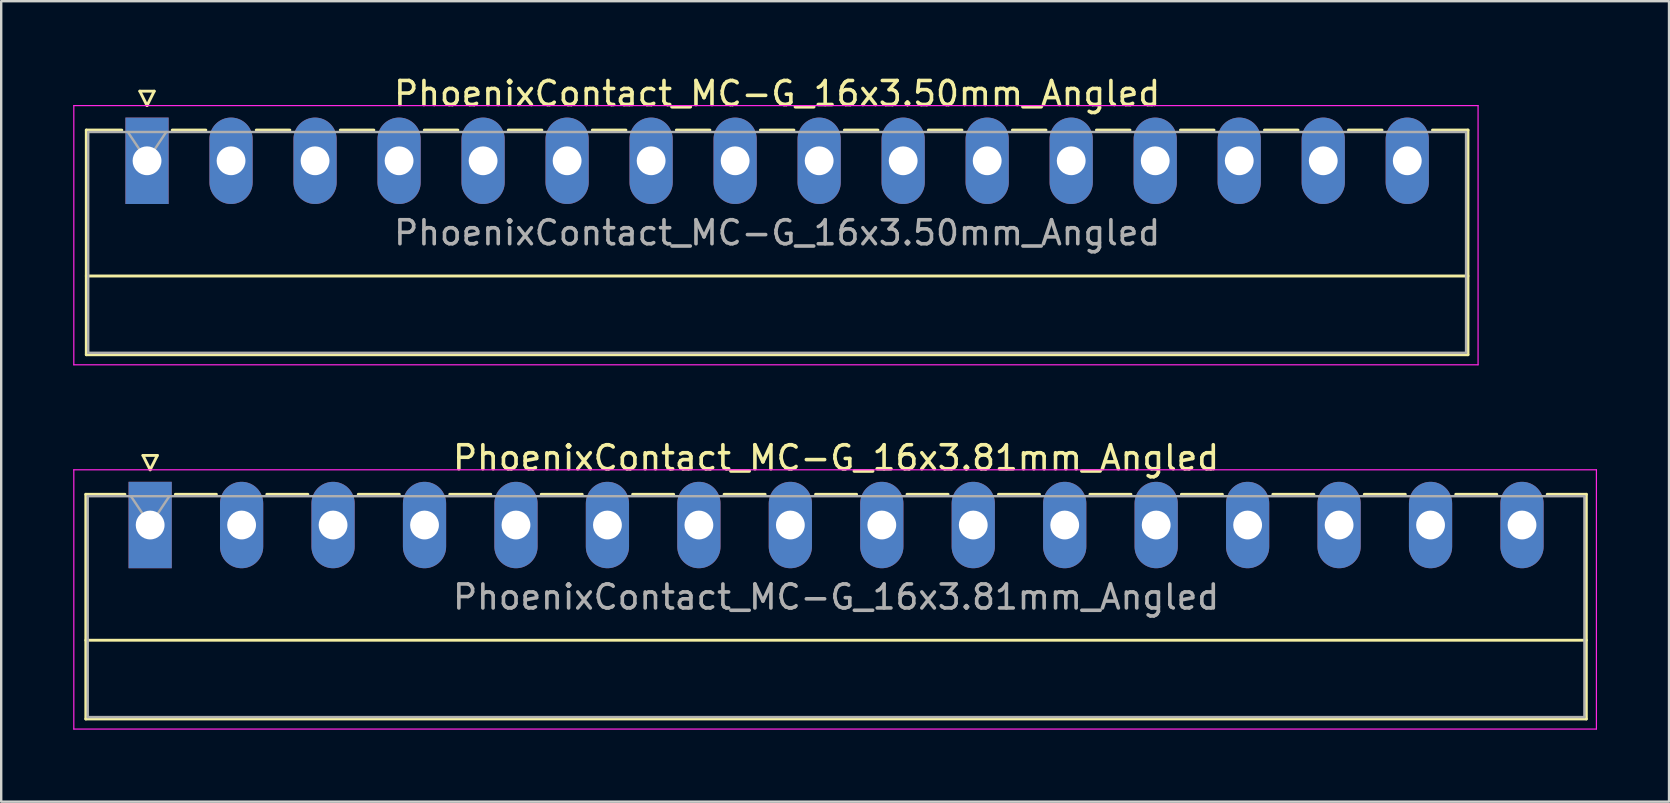
<source format=kicad_pcb>
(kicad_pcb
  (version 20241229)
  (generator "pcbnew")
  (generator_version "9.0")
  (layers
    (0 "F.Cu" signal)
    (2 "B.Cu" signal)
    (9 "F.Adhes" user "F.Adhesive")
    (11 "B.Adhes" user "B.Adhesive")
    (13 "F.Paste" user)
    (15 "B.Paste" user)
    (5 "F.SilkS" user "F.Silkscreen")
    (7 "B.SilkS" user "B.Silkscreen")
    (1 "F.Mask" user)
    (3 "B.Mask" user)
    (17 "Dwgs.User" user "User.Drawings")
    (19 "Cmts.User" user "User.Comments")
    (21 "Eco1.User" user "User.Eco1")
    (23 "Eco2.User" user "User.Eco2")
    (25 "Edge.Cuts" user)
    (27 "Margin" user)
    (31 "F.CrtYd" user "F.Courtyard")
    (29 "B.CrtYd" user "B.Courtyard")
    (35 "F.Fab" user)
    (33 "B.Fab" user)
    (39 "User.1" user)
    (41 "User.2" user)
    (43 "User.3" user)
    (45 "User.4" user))
  (footprint "PhoenixContact_MC-G_16x3.50mm_Angled"
    (layer "F.Cu")
    (at 3.075 3.648)
    (property "Reference" "PhoenixContact_MC-G_16x3.50mm_Angled" (at 26.25 -2.8 0) (layer "F.SilkS") (effects (font (size 1 1) (thickness 0.15))))
    (attr through_hole)
    (fp_line (start -2.53 -1.28) (end -2.53 8.08) (stroke (width 0.12) (type solid)) (layer "F.SilkS"))
    (fp_line (start -2.53 -1.28) (end -1.05 -1.28) (stroke (width 0.12) (type solid)) (layer "F.SilkS"))
    (fp_line (start -2.53 4.8) (end 55.03 4.8) (stroke (width 0.12) (type solid)) (layer "F.SilkS"))
    (fp_line (start -2.53 8.08) (end 55.03 8.08) (stroke (width 0.12) (type solid)) (layer "F.SilkS"))
    (fp_line (start -0.3 -2.9) (end 0.3 -2.9) (stroke (width 0.12) (type solid)) (layer "F.SilkS"))
    (fp_line (start 0 -2.3) (end -0.3 -2.9) (stroke (width 0.12) (type solid)) (layer "F.SilkS"))
    (fp_line (start 0.3 -2.9) (end 0 -2.3) (stroke (width 0.12) (type solid)) (layer "F.SilkS"))
    (fp_line (start 1.05 -1.28) (end 2.45 -1.28) (stroke (width 0.12) (type solid)) (layer "F.SilkS"))
    (fp_line (start 4.55 -1.28) (end 5.95 -1.28) (stroke (width 0.12) (type solid)) (layer "F.SilkS"))
    (fp_line (start 8.05 -1.28) (end 9.45 -1.28) (stroke (width 0.12) (type solid)) (layer "F.SilkS"))
    (fp_line (start 11.55 -1.28) (end 12.95 -1.28) (stroke (width 0.12) (type solid)) (layer "F.SilkS"))
    (fp_line (start 15.05 -1.28) (end 16.45 -1.28) (stroke (width 0.12) (type solid)) (layer "F.SilkS"))
    (fp_line (start 18.55 -1.28) (end 19.95 -1.28) (stroke (width 0.12) (type solid)) (layer "F.SilkS"))
    (fp_line (start 22.05 -1.28) (end 23.45 -1.28) (stroke (width 0.12) (type solid)) (layer "F.SilkS"))
    (fp_line (start 25.55 -1.28) (end 26.95 -1.28) (stroke (width 0.12) (type solid)) (layer "F.SilkS"))
    (fp_line (start 29.05 -1.28) (end 30.45 -1.28) (stroke (width 0.12) (type solid)) (layer "F.SilkS"))
    (fp_line (start 32.55 -1.28) (end 33.95 -1.28) (stroke (width 0.12) (type solid)) (layer "F.SilkS"))
    (fp_line (start 36.05 -1.28) (end 37.45 -1.28) (stroke (width 0.12) (type solid)) (layer "F.SilkS"))
    (fp_line (start 39.55 -1.28) (end 40.95 -1.28) (stroke (width 0.12) (type solid)) (layer "F.SilkS"))
    (fp_line (start 43.05 -1.28) (end 44.45 -1.28) (stroke (width 0.12) (type solid)) (layer "F.SilkS"))
    (fp_line (start 46.55 -1.28) (end 47.95 -1.28) (stroke (width 0.12) (type solid)) (layer "F.SilkS"))
    (fp_line (start 50.05 -1.28) (end 51.45 -1.28) (stroke (width 0.12) (type solid)) (layer "F.SilkS"))
    (fp_line (start 55.03 -1.28) (end 53.55 -1.28) (stroke (width 0.12) (type solid)) (layer "F.SilkS"))
    (fp_line (start 55.03 8.08) (end 55.03 -1.28) (stroke (width 0.12) (type solid)) (layer "F.SilkS"))
    (fp_line (start -3.05 -2.3) (end -3.05 8.5) (stroke (width 0.05) (type solid)) (layer "F.CrtYd"))
    (fp_line (start -3.05 8.5) (end 55.45 8.5) (stroke (width 0.05) (type solid)) (layer "F.CrtYd"))
    (fp_line (start 55.45 -2.3) (end -3.05 -2.3) (stroke (width 0.05) (type solid)) (layer "F.CrtYd"))
    (fp_line (start 55.45 8.5) (end 55.45 -2.3) (stroke (width 0.05) (type solid)) (layer "F.CrtYd"))
    (fp_line (start -2.45 -1.2) (end -2.45 8) (stroke (width 0.1) (type solid)) (layer "F.Fab"))
    (fp_line (start -2.45 8) (end 54.95 8) (stroke (width 0.1) (type solid)) (layer "F.Fab"))
    (fp_line (start 0 0) (end -0.8 -1.2) (stroke (width 0.1) (type solid)) (layer "F.Fab"))
    (fp_line (start 0.8 -1.2) (end 0 0) (stroke (width 0.1) (type solid)) (layer "F.Fab"))
    (fp_line (start 54.95 -1.2) (end -2.45 -1.2) (stroke (width 0.1) (type solid)) (layer "F.Fab"))
    (fp_line (start 54.95 8) (end 54.95 -1.2) (stroke (width 0.1) (type solid)) (layer "F.Fab"))
    (fp_text user "${REFERENCE}" (at 26.25 3 0) (layer "F.Fab") (effects (font (size 1 1) (thickness 0.15))))
    (pad "1" thru_hole rect (at 0 0) (size 1.8 3.6) (drill 1.2) (layers "*.Cu" "*.Mask"))
    (pad "2" thru_hole oval (at 3.5 0) (size 1.8 3.6) (drill 1.2) (layers "*.Cu" "*.Mask"))
    (pad "3" thru_hole oval (at 7 0) (size 1.8 3.6) (drill 1.2) (layers "*.Cu" "*.Mask"))
    (pad "4" thru_hole oval (at 10.5 0) (size 1.8 3.6) (drill 1.2) (layers "*.Cu" "*.Mask"))
    (pad "5" thru_hole oval (at 14 0) (size 1.8 3.6) (drill 1.2) (layers "*.Cu" "*.Mask"))
    (pad "6" thru_hole oval (at 17.5 0) (size 1.8 3.6) (drill 1.2) (layers "*.Cu" "*.Mask"))
    (pad "7" thru_hole oval (at 21 0) (size 1.8 3.6) (drill 1.2) (layers "*.Cu" "*.Mask"))
    (pad "8" thru_hole oval (at 24.5 0) (size 1.8 3.6) (drill 1.2) (layers "*.Cu" "*.Mask"))
    (pad "9" thru_hole oval (at 28 0) (size 1.8 3.6) (drill 1.2) (layers "*.Cu" "*.Mask"))
    (pad "10" thru_hole oval (at 31.5 0) (size 1.8 3.6) (drill 1.2) (layers "*.Cu" "*.Mask"))
    (pad "11" thru_hole oval (at 35 0) (size 1.8 3.6) (drill 1.2) (layers "*.Cu" "*.Mask"))
    (pad "12" thru_hole oval (at 38.5 0) (size 1.8 3.6) (drill 1.2) (layers "*.Cu" "*.Mask"))
    (pad "13" thru_hole oval (at 42 0) (size 1.8 3.6) (drill 1.2) (layers "*.Cu" "*.Mask"))
    (pad "14" thru_hole oval (at 45.5 0) (size 1.8 3.6) (drill 1.2) (layers "*.Cu" "*.Mask"))
    (pad "15" thru_hole oval (at 49 0) (size 1.8 3.6) (drill 1.2) (layers "*.Cu" "*.Mask"))
    (pad "16" thru_hole oval (at 52.5 0) (size 1.8 3.6) (drill 1.2) (layers "*.Cu" "*.Mask")))
  (footprint "PhoenixContact_MC-G_16x3.81mm_Angled"
    (layer "F.Cu")
    (at 3.205 18.822)
    (property "Reference" "PhoenixContact_MC-G_16x3.81mm_Angled" (at 28.575 -2.8 0) (layer "F.SilkS") (effects (font (size 1 1) (thickness 0.15))))
    (attr through_hole)
    (fp_line (start -2.68 -1.28) (end -2.68 8.08) (stroke (width 0.12) (type solid)) (layer "F.SilkS"))
    (fp_line (start -2.68 -1.28) (end -1.05 -1.28) (stroke (width 0.12) (type solid)) (layer "F.SilkS"))
    (fp_line (start -2.68 4.8) (end 59.83 4.8) (stroke (width 0.12) (type solid)) (layer "F.SilkS"))
    (fp_line (start -2.68 8.08) (end 59.83 8.08) (stroke (width 0.12) (type solid)) (layer "F.SilkS"))
    (fp_line (start -0.3 -2.9) (end 0.3 -2.9) (stroke (width 0.12) (type solid)) (layer "F.SilkS"))
    (fp_line (start 0 -2.3) (end -0.3 -2.9) (stroke (width 0.12) (type solid)) (layer "F.SilkS"))
    (fp_line (start 0.3 -2.9) (end 0 -2.3) (stroke (width 0.12) (type solid)) (layer "F.SilkS"))
    (fp_line (start 1.05 -1.28) (end 2.76 -1.28) (stroke (width 0.12) (type solid)) (layer "F.SilkS"))
    (fp_line (start 4.86 -1.28) (end 6.57 -1.28) (stroke (width 0.12) (type solid)) (layer "F.SilkS"))
    (fp_line (start 8.67 -1.28) (end 10.38 -1.28) (stroke (width 0.12) (type solid)) (layer "F.SilkS"))
    (fp_line (start 12.48 -1.28) (end 14.19 -1.28) (stroke (width 0.12) (type solid)) (layer "F.SilkS"))
    (fp_line (start 16.29 -1.28) (end 18 -1.28) (stroke (width 0.12) (type solid)) (layer "F.SilkS"))
    (fp_line (start 20.1 -1.28) (end 21.81 -1.28) (stroke (width 0.12) (type solid)) (layer "F.SilkS"))
    (fp_line (start 23.91 -1.28) (end 25.62 -1.28) (stroke (width 0.12) (type solid)) (layer "F.SilkS"))
    (fp_line (start 27.72 -1.28) (end 29.43 -1.28) (stroke (width 0.12) (type solid)) (layer "F.SilkS"))
    (fp_line (start 31.53 -1.28) (end 33.24 -1.28) (stroke (width 0.12) (type solid)) (layer "F.SilkS"))
    (fp_line (start 35.34 -1.28) (end 37.05 -1.28) (stroke (width 0.12) (type solid)) (layer "F.SilkS"))
    (fp_line (start 39.15 -1.28) (end 40.86 -1.28) (stroke (width 0.12) (type solid)) (layer "F.SilkS"))
    (fp_line (start 42.96 -1.28) (end 44.67 -1.28) (stroke (width 0.12) (type solid)) (layer "F.SilkS"))
    (fp_line (start 46.77 -1.28) (end 48.48 -1.28) (stroke (width 0.12) (type solid)) (layer "F.SilkS"))
    (fp_line (start 50.58 -1.28) (end 52.29 -1.28) (stroke (width 0.12) (type solid)) (layer "F.SilkS"))
    (fp_line (start 54.39 -1.28) (end 56.1 -1.28) (stroke (width 0.12) (type solid)) (layer "F.SilkS"))
    (fp_line (start 59.83 -1.28) (end 58.2 -1.28) (stroke (width 0.12) (type solid)) (layer "F.SilkS"))
    (fp_line (start 59.83 8.08) (end 59.83 -1.28) (stroke (width 0.12) (type solid)) (layer "F.SilkS"))
    (fp_line (start -3.18 -2.3) (end -3.18 8.5) (stroke (width 0.05) (type solid)) (layer "F.CrtYd"))
    (fp_line (start -3.18 8.5) (end 60.25 8.5) (stroke (width 0.05) (type solid)) (layer "F.CrtYd"))
    (fp_line (start 60.25 -2.3) (end -3.18 -2.3) (stroke (width 0.05) (type solid)) (layer "F.CrtYd"))
    (fp_line (start 60.25 8.5) (end 60.25 -2.3) (stroke (width 0.05) (type solid)) (layer "F.CrtYd"))
    (fp_line (start -2.6 -1.2) (end -2.6 8) (stroke (width 0.1) (type solid)) (layer "F.Fab"))
    (fp_line (start -2.6 8) (end 59.75 8) (stroke (width 0.1) (type solid)) (layer "F.Fab"))
    (fp_line (start 0 0) (end -0.8 -1.2) (stroke (width 0.1) (type solid)) (layer "F.Fab"))
    (fp_line (start 0.8 -1.2) (end 0 0) (stroke (width 0.1) (type solid)) (layer "F.Fab"))
    (fp_line (start 59.75 -1.2) (end -2.6 -1.2) (stroke (width 0.1) (type solid)) (layer "F.Fab"))
    (fp_line (start 59.75 8) (end 59.75 -1.2) (stroke (width 0.1) (type solid)) (layer "F.Fab"))
    (fp_text user "${REFERENCE}" (at 28.575 3 0) (layer "F.Fab") (effects (font (size 1 1) (thickness 0.15))))
    (pad "1" thru_hole rect (at 0 0) (size 1.8 3.6) (drill 1.2) (layers "*.Cu" "*.Mask"))
    (pad "2" thru_hole oval (at 3.81 0) (size 1.8 3.6) (drill 1.2) (layers "*.Cu" "*.Mask"))
    (pad "3" thru_hole oval (at 7.62 0) (size 1.8 3.6) (drill 1.2) (layers "*.Cu" "*.Mask"))
    (pad "4" thru_hole oval (at 11.43 0) (size 1.8 3.6) (drill 1.2) (layers "*.Cu" "*.Mask"))
    (pad "5" thru_hole oval (at 15.24 0) (size 1.8 3.6) (drill 1.2) (layers "*.Cu" "*.Mask"))
    (pad "6" thru_hole oval (at 19.05 0) (size 1.8 3.6) (drill 1.2) (layers "*.Cu" "*.Mask"))
    (pad "7" thru_hole oval (at 22.86 0) (size 1.8 3.6) (drill 1.2) (layers "*.Cu" "*.Mask"))
    (pad "8" thru_hole oval (at 26.67 0) (size 1.8 3.6) (drill 1.2) (layers "*.Cu" "*.Mask"))
    (pad "9" thru_hole oval (at 30.48 0) (size 1.8 3.6) (drill 1.2) (layers "*.Cu" "*.Mask"))
    (pad "10" thru_hole oval (at 34.29 0) (size 1.8 3.6) (drill 1.2) (layers "*.Cu" "*.Mask"))
    (pad "11" thru_hole oval (at 38.1 0) (size 1.8 3.6) (drill 1.2) (layers "*.Cu" "*.Mask"))
    (pad "12" thru_hole oval (at 41.91 0) (size 1.8 3.6) (drill 1.2) (layers "*.Cu" "*.Mask"))
    (pad "13" thru_hole oval (at 45.72 0) (size 1.8 3.6) (drill 1.2) (layers "*.Cu" "*.Mask"))
    (pad "14" thru_hole oval (at 49.53 0) (size 1.8 3.6) (drill 1.2) (layers "*.Cu" "*.Mask"))
    (pad "15" thru_hole oval (at 53.34 0) (size 1.8 3.6) (drill 1.2) (layers "*.Cu" "*.Mask"))
    (pad "16" thru_hole oval (at 57.15 0) (size 1.8 3.6) (drill 1.2) (layers "*.Cu" "*.Mask")))
  (gr_rect
    (start -3 -3)
    (end 66.48 30.346)
    (stroke (width 0.1) (type default))
    (fill no)
    (layer "Edge.Cuts")))
</source>
